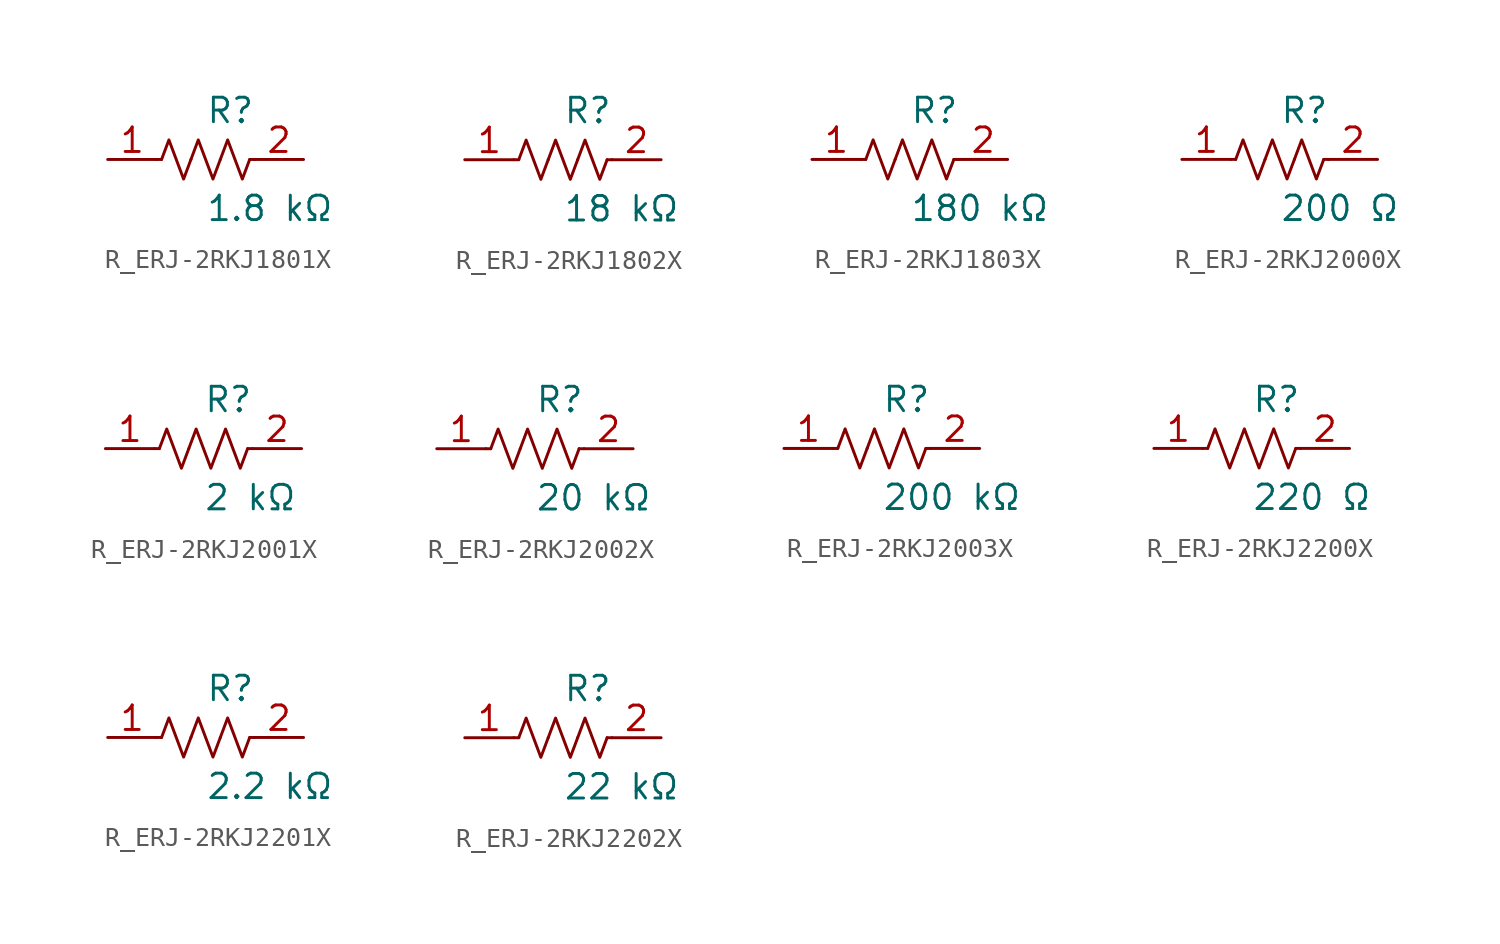
<source format=kicad_sym>
(kicad_symbol_lib
  (version 20231120)
  (generator kicad_symbol_editor)
  (generator_version 8.0)
  (symbol "R_ERJ-2RKJ1801X"
    (pin_names
      (offset 0.254))
    (property "Reference" "R"
      (at 0 2.54 0)
      (effects (font (size 1.27 1.27)) (justify left)))
    (property "Value" "1.8 kΩ"
      (at 0 -2.54 0)
      (effects (font (size 1.27 1.27)) (justify left)))
    (symbol "R_ERJ-2RKJ1801X_0_1"
      (polyline (pts (xy 2.286 0) (xy 2.54 0)) (stroke (width 0) (type default)) (fill (type none)))
      (polyline (pts (xy -2.286 0) (xy -2.54 0)) (stroke (width 0) (type default)) (fill (type none)))
      (polyline (pts (xy 0.762 0) (xy 1.143 1.016) (xy 1.524 0) (xy 1.905 -1.016) (xy 2.286 0)) (stroke (width 0) (type default)) (fill (type none)))
      (polyline (pts (xy -0.762 0) (xy -0.381 1.016) (xy 0 0) (xy 0.381 -1.016) (xy 0.762 0)) (stroke (width 0) (type default)) (fill (type none)))
      (polyline (pts (xy -2.286 0) (xy -1.905 1.016) (xy -1.524 0) (xy -1.143 -1.016) (xy -0.762 0)) (stroke (width 0) (type default)) (fill (type none))))
    (pin unspecified line
      (at -5.08 0 0)
      (length 2.54)
      (name "" (effects (font (size 1.27 1.27))))
      (number "1" (effects (font (size 1.27 1.27)))))
    (pin unspecified line
      (at 5.08 0 180)
      (length 2.54)
      (name "" (effects (font (size 1.27 1.27))))
      (number "2" (effects (font (size 1.27 1.27))))))
  (symbol "R_ERJ-2RKJ1802X"
    (pin_names
      (offset 0.254))
    (property "Reference" "R"
      (at 0 2.54 0)
      (effects (font (size 1.27 1.27)) (justify left)))
    (property "Value" "18 kΩ"
      (at 0 -2.54 0)
      (effects (font (size 1.27 1.27)) (justify left)))
    (symbol "R_ERJ-2RKJ1802X_0_1"
      (polyline (pts (xy 2.286 0) (xy 2.54 0)) (stroke (width 0) (type default)) (fill (type none)))
      (polyline (pts (xy -2.286 0) (xy -2.54 0)) (stroke (width 0) (type default)) (fill (type none)))
      (polyline (pts (xy 0.762 0) (xy 1.143 1.016) (xy 1.524 0) (xy 1.905 -1.016) (xy 2.286 0)) (stroke (width 0) (type default)) (fill (type none)))
      (polyline (pts (xy -0.762 0) (xy -0.381 1.016) (xy 0 0) (xy 0.381 -1.016) (xy 0.762 0)) (stroke (width 0) (type default)) (fill (type none)))
      (polyline (pts (xy -2.286 0) (xy -1.905 1.016) (xy -1.524 0) (xy -1.143 -1.016) (xy -0.762 0)) (stroke (width 0) (type default)) (fill (type none))))
    (pin unspecified line
      (at -5.08 0 0)
      (length 2.54)
      (name "" (effects (font (size 1.27 1.27))))
      (number "1" (effects (font (size 1.27 1.27)))))
    (pin unspecified line
      (at 5.08 0 180)
      (length 2.54)
      (name "" (effects (font (size 1.27 1.27))))
      (number "2" (effects (font (size 1.27 1.27))))))
  (symbol "R_ERJ-2RKJ1803X"
    (pin_names
      (offset 0.254))
    (property "Reference" "R"
      (at 0 2.54 0)
      (effects (font (size 1.27 1.27)) (justify left)))
    (property "Value" "180 kΩ"
      (at 0 -2.54 0)
      (effects (font (size 1.27 1.27)) (justify left)))
    (symbol "R_ERJ-2RKJ1803X_0_1"
      (polyline (pts (xy 2.286 0) (xy 2.54 0)) (stroke (width 0) (type default)) (fill (type none)))
      (polyline (pts (xy -2.286 0) (xy -2.54 0)) (stroke (width 0) (type default)) (fill (type none)))
      (polyline (pts (xy 0.762 0) (xy 1.143 1.016) (xy 1.524 0) (xy 1.905 -1.016) (xy 2.286 0)) (stroke (width 0) (type default)) (fill (type none)))
      (polyline (pts (xy -0.762 0) (xy -0.381 1.016) (xy 0 0) (xy 0.381 -1.016) (xy 0.762 0)) (stroke (width 0) (type default)) (fill (type none)))
      (polyline (pts (xy -2.286 0) (xy -1.905 1.016) (xy -1.524 0) (xy -1.143 -1.016) (xy -0.762 0)) (stroke (width 0) (type default)) (fill (type none))))
    (pin unspecified line
      (at -5.08 0 0)
      (length 2.54)
      (name "" (effects (font (size 1.27 1.27))))
      (number "1" (effects (font (size 1.27 1.27)))))
    (pin unspecified line
      (at 5.08 0 180)
      (length 2.54)
      (name "" (effects (font (size 1.27 1.27))))
      (number "2" (effects (font (size 1.27 1.27))))))
  (symbol "R_ERJ-2RKJ2000X"
    (pin_names
      (offset 0.254))
    (property "Reference" "R"
      (at 0 2.54 0)
      (effects (font (size 1.27 1.27)) (justify left)))
    (property "Value" "200 Ω"
      (at 0 -2.54 0)
      (effects (font (size 1.27 1.27)) (justify left)))
    (symbol "R_ERJ-2RKJ2000X_0_1"
      (polyline (pts (xy 2.286 0) (xy 2.54 0)) (stroke (width 0) (type default)) (fill (type none)))
      (polyline (pts (xy -2.286 0) (xy -2.54 0)) (stroke (width 0) (type default)) (fill (type none)))
      (polyline (pts (xy 0.762 0) (xy 1.143 1.016) (xy 1.524 0) (xy 1.905 -1.016) (xy 2.286 0)) (stroke (width 0) (type default)) (fill (type none)))
      (polyline (pts (xy -0.762 0) (xy -0.381 1.016) (xy 0 0) (xy 0.381 -1.016) (xy 0.762 0)) (stroke (width 0) (type default)) (fill (type none)))
      (polyline (pts (xy -2.286 0) (xy -1.905 1.016) (xy -1.524 0) (xy -1.143 -1.016) (xy -0.762 0)) (stroke (width 0) (type default)) (fill (type none))))
    (pin unspecified line
      (at -5.08 0 0)
      (length 2.54)
      (name "" (effects (font (size 1.27 1.27))))
      (number "1" (effects (font (size 1.27 1.27)))))
    (pin unspecified line
      (at 5.08 0 180)
      (length 2.54)
      (name "" (effects (font (size 1.27 1.27))))
      (number "2" (effects (font (size 1.27 1.27))))))
  (symbol "R_ERJ-2RKJ2001X"
    (pin_names
      (offset 0.254))
    (property "Reference" "R"
      (at 0 2.54 0)
      (effects (font (size 1.27 1.27)) (justify left)))
    (property "Value" "2 kΩ"
      (at 0 -2.54 0)
      (effects (font (size 1.27 1.27)) (justify left)))
    (symbol "R_ERJ-2RKJ2001X_0_1"
      (polyline (pts (xy 2.286 0) (xy 2.54 0)) (stroke (width 0) (type default)) (fill (type none)))
      (polyline (pts (xy -2.286 0) (xy -2.54 0)) (stroke (width 0) (type default)) (fill (type none)))
      (polyline (pts (xy 0.762 0) (xy 1.143 1.016) (xy 1.524 0) (xy 1.905 -1.016) (xy 2.286 0)) (stroke (width 0) (type default)) (fill (type none)))
      (polyline (pts (xy -0.762 0) (xy -0.381 1.016) (xy 0 0) (xy 0.381 -1.016) (xy 0.762 0)) (stroke (width 0) (type default)) (fill (type none)))
      (polyline (pts (xy -2.286 0) (xy -1.905 1.016) (xy -1.524 0) (xy -1.143 -1.016) (xy -0.762 0)) (stroke (width 0) (type default)) (fill (type none))))
    (pin unspecified line
      (at -5.08 0 0)
      (length 2.54)
      (name "" (effects (font (size 1.27 1.27))))
      (number "1" (effects (font (size 1.27 1.27)))))
    (pin unspecified line
      (at 5.08 0 180)
      (length 2.54)
      (name "" (effects (font (size 1.27 1.27))))
      (number "2" (effects (font (size 1.27 1.27))))))
  (symbol "R_ERJ-2RKJ2002X"
    (pin_names
      (offset 0.254))
    (property "Reference" "R"
      (at 0 2.54 0)
      (effects (font (size 1.27 1.27)) (justify left)))
    (property "Value" "20 kΩ"
      (at 0 -2.54 0)
      (effects (font (size 1.27 1.27)) (justify left)))
    (symbol "R_ERJ-2RKJ2002X_0_1"
      (polyline (pts (xy 2.286 0) (xy 2.54 0)) (stroke (width 0) (type default)) (fill (type none)))
      (polyline (pts (xy -2.286 0) (xy -2.54 0)) (stroke (width 0) (type default)) (fill (type none)))
      (polyline (pts (xy 0.762 0) (xy 1.143 1.016) (xy 1.524 0) (xy 1.905 -1.016) (xy 2.286 0)) (stroke (width 0) (type default)) (fill (type none)))
      (polyline (pts (xy -0.762 0) (xy -0.381 1.016) (xy 0 0) (xy 0.381 -1.016) (xy 0.762 0)) (stroke (width 0) (type default)) (fill (type none)))
      (polyline (pts (xy -2.286 0) (xy -1.905 1.016) (xy -1.524 0) (xy -1.143 -1.016) (xy -0.762 0)) (stroke (width 0) (type default)) (fill (type none))))
    (pin unspecified line
      (at -5.08 0 0)
      (length 2.54)
      (name "" (effects (font (size 1.27 1.27))))
      (number "1" (effects (font (size 1.27 1.27)))))
    (pin unspecified line
      (at 5.08 0 180)
      (length 2.54)
      (name "" (effects (font (size 1.27 1.27))))
      (number "2" (effects (font (size 1.27 1.27))))))
  (symbol "R_ERJ-2RKJ2003X"
    (pin_names
      (offset 0.254))
    (property "Reference" "R"
      (at 0 2.54 0)
      (effects (font (size 1.27 1.27)) (justify left)))
    (property "Value" "200 kΩ"
      (at 0 -2.54 0)
      (effects (font (size 1.27 1.27)) (justify left)))
    (symbol "R_ERJ-2RKJ2003X_0_1"
      (polyline (pts (xy 2.286 0) (xy 2.54 0)) (stroke (width 0) (type default)) (fill (type none)))
      (polyline (pts (xy -2.286 0) (xy -2.54 0)) (stroke (width 0) (type default)) (fill (type none)))
      (polyline (pts (xy 0.762 0) (xy 1.143 1.016) (xy 1.524 0) (xy 1.905 -1.016) (xy 2.286 0)) (stroke (width 0) (type default)) (fill (type none)))
      (polyline (pts (xy -0.762 0) (xy -0.381 1.016) (xy 0 0) (xy 0.381 -1.016) (xy 0.762 0)) (stroke (width 0) (type default)) (fill (type none)))
      (polyline (pts (xy -2.286 0) (xy -1.905 1.016) (xy -1.524 0) (xy -1.143 -1.016) (xy -0.762 0)) (stroke (width 0) (type default)) (fill (type none))))
    (pin unspecified line
      (at -5.08 0 0)
      (length 2.54)
      (name "" (effects (font (size 1.27 1.27))))
      (number "1" (effects (font (size 1.27 1.27)))))
    (pin unspecified line
      (at 5.08 0 180)
      (length 2.54)
      (name "" (effects (font (size 1.27 1.27))))
      (number "2" (effects (font (size 1.27 1.27))))))
  (symbol "R_ERJ-2RKJ2200X"
    (pin_names
      (offset 0.254))
    (property "Reference" "R"
      (at 0 2.54 0)
      (effects (font (size 1.27 1.27)) (justify left)))
    (property "Value" "220 Ω"
      (at 0 -2.54 0)
      (effects (font (size 1.27 1.27)) (justify left)))
    (symbol "R_ERJ-2RKJ2200X_0_1"
      (polyline (pts (xy 2.286 0) (xy 2.54 0)) (stroke (width 0) (type default)) (fill (type none)))
      (polyline (pts (xy -2.286 0) (xy -2.54 0)) (stroke (width 0) (type default)) (fill (type none)))
      (polyline (pts (xy 0.762 0) (xy 1.143 1.016) (xy 1.524 0) (xy 1.905 -1.016) (xy 2.286 0)) (stroke (width 0) (type default)) (fill (type none)))
      (polyline (pts (xy -0.762 0) (xy -0.381 1.016) (xy 0 0) (xy 0.381 -1.016) (xy 0.762 0)) (stroke (width 0) (type default)) (fill (type none)))
      (polyline (pts (xy -2.286 0) (xy -1.905 1.016) (xy -1.524 0) (xy -1.143 -1.016) (xy -0.762 0)) (stroke (width 0) (type default)) (fill (type none))))
    (pin unspecified line
      (at -5.08 0 0)
      (length 2.54)
      (name "" (effects (font (size 1.27 1.27))))
      (number "1" (effects (font (size 1.27 1.27)))))
    (pin unspecified line
      (at 5.08 0 180)
      (length 2.54)
      (name "" (effects (font (size 1.27 1.27))))
      (number "2" (effects (font (size 1.27 1.27))))))
  (symbol "R_ERJ-2RKJ2201X"
    (pin_names
      (offset 0.254))
    (property "Reference" "R"
      (at 0 2.54 0)
      (effects (font (size 1.27 1.27)) (justify left)))
    (property "Value" "2.2 kΩ"
      (at 0 -2.54 0)
      (effects (font (size 1.27 1.27)) (justify left)))
    (symbol "R_ERJ-2RKJ2201X_0_1"
      (polyline (pts (xy 2.286 0) (xy 2.54 0)) (stroke (width 0) (type default)) (fill (type none)))
      (polyline (pts (xy -2.286 0) (xy -2.54 0)) (stroke (width 0) (type default)) (fill (type none)))
      (polyline (pts (xy 0.762 0) (xy 1.143 1.016) (xy 1.524 0) (xy 1.905 -1.016) (xy 2.286 0)) (stroke (width 0) (type default)) (fill (type none)))
      (polyline (pts (xy -0.762 0) (xy -0.381 1.016) (xy 0 0) (xy 0.381 -1.016) (xy 0.762 0)) (stroke (width 0) (type default)) (fill (type none)))
      (polyline (pts (xy -2.286 0) (xy -1.905 1.016) (xy -1.524 0) (xy -1.143 -1.016) (xy -0.762 0)) (stroke (width 0) (type default)) (fill (type none))))
    (pin unspecified line
      (at -5.08 0 0)
      (length 2.54)
      (name "" (effects (font (size 1.27 1.27))))
      (number "1" (effects (font (size 1.27 1.27)))))
    (pin unspecified line
      (at 5.08 0 180)
      (length 2.54)
      (name "" (effects (font (size 1.27 1.27))))
      (number "2" (effects (font (size 1.27 1.27))))))
  (symbol "R_ERJ-2RKJ2202X"
    (pin_names
      (offset 0.254))
    (property "Reference" "R"
      (at 0 2.54 0)
      (effects (font (size 1.27 1.27)) (justify left)))
    (property "Value" "22 kΩ"
      (at 0 -2.54 0)
      (effects (font (size 1.27 1.27)) (justify left)))
    (symbol "R_ERJ-2RKJ2202X_0_1"
      (polyline (pts (xy 2.286 0) (xy 2.54 0)) (stroke (width 0) (type default)) (fill (type none)))
      (polyline (pts (xy -2.286 0) (xy -2.54 0)) (stroke (width 0) (type default)) (fill (type none)))
      (polyline (pts (xy 0.762 0) (xy 1.143 1.016) (xy 1.524 0) (xy 1.905 -1.016) (xy 2.286 0)) (stroke (width 0) (type default)) (fill (type none)))
      (polyline (pts (xy -0.762 0) (xy -0.381 1.016) (xy 0 0) (xy 0.381 -1.016) (xy 0.762 0)) (stroke (width 0) (type default)) (fill (type none)))
      (polyline (pts (xy -2.286 0) (xy -1.905 1.016) (xy -1.524 0) (xy -1.143 -1.016) (xy -0.762 0)) (stroke (width 0) (type default)) (fill (type none))))
    (pin unspecified line
      (at -5.08 0 0)
      (length 2.54)
      (name "" (effects (font (size 1.27 1.27))))
      (number "1" (effects (font (size 1.27 1.27)))))
    (pin unspecified line
      (at 5.08 0 180)
      (length 2.54)
      (name "" (effects (font (size 1.27 1.27))))
      (number "2" (effects (font (size 1.27 1.27)))))))
</source>
